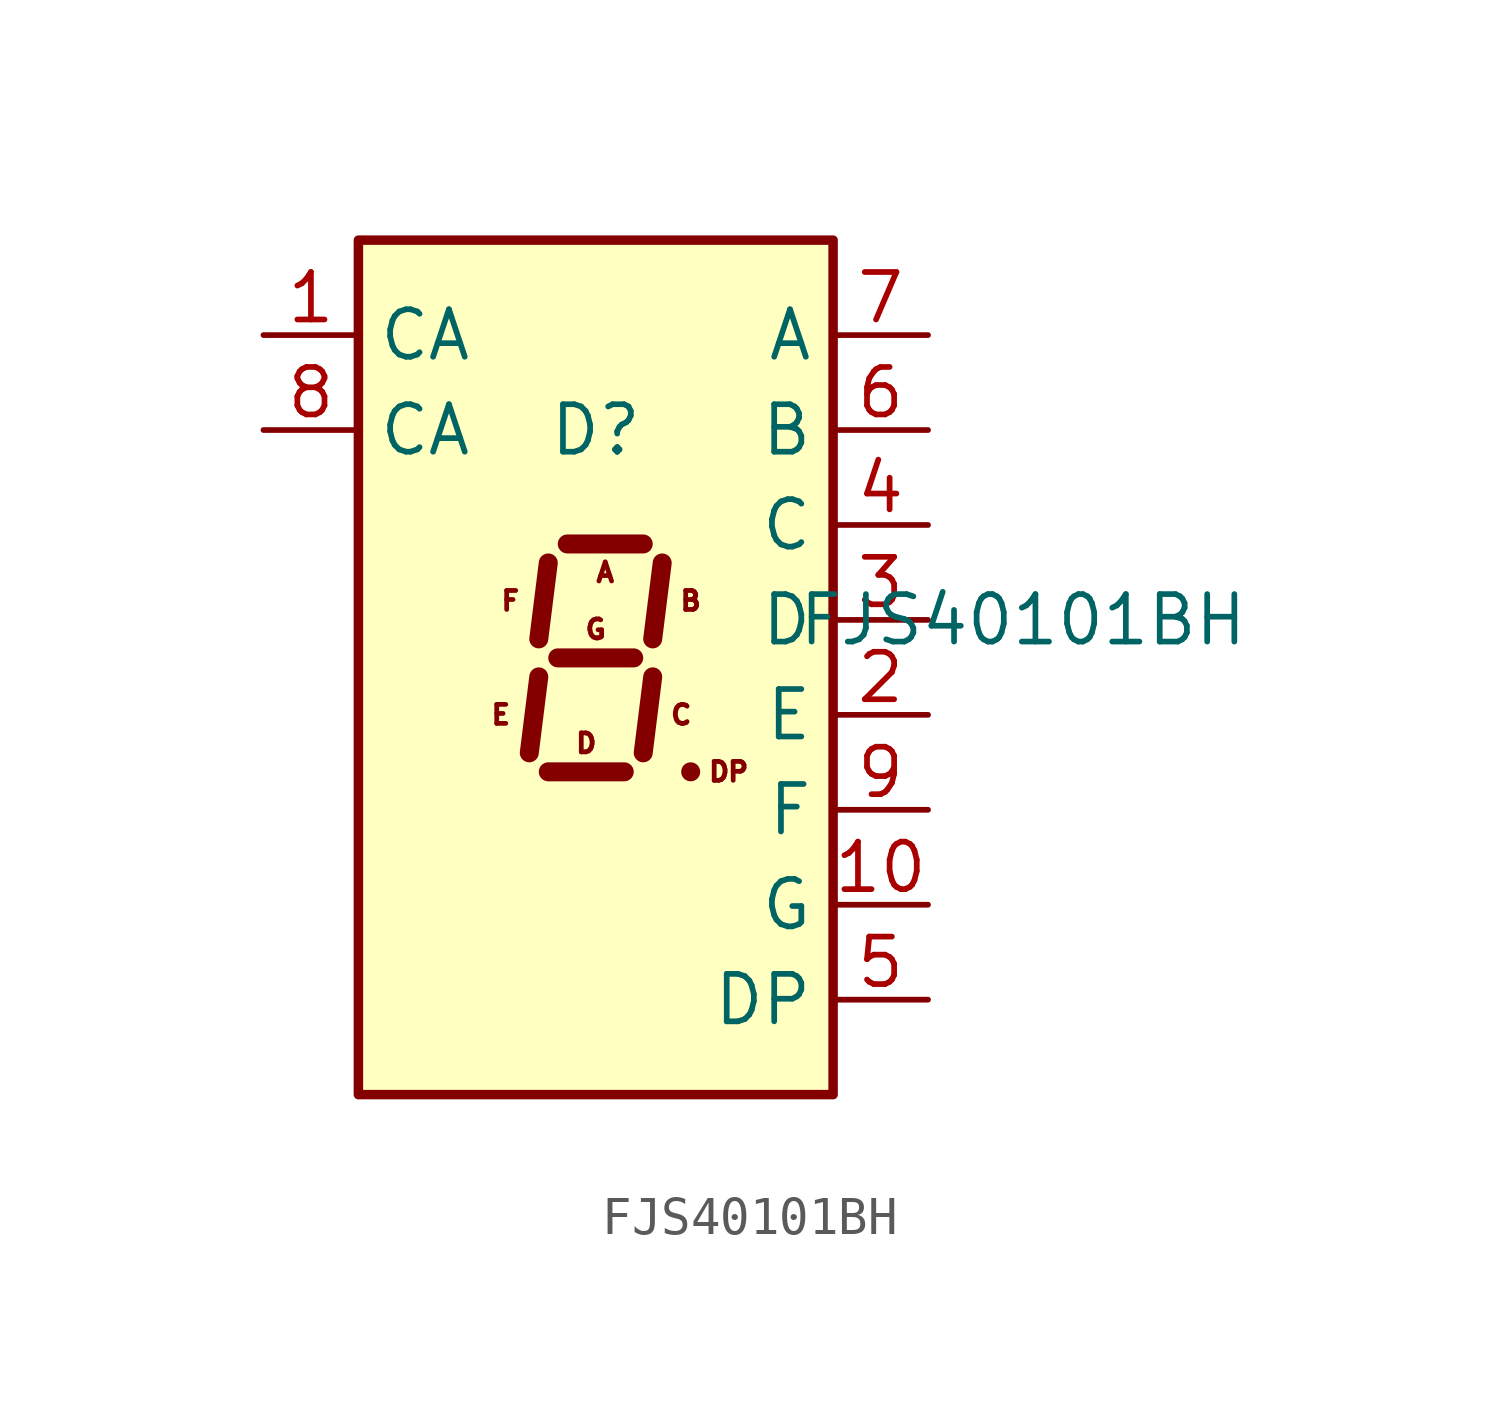
<source format=kicad_sym>
(kicad_symbol_lib
  (version 20231120)
  (generator "kicad_symbol_editor")
  (generator_version "8.0")
  (symbol "FJS40101BH"
    (property "Reference" "D"
      (at 0 7.62 0)
      (effects (font (size 1.27 1.27))))
    (property "Value" "FJS40101BH"
      (at 11.43 2.54 0)
      (effects (font (size 1.27 1.27))))
    (symbol "FJS40101BH_1_0"
      (text "A" (at 0.254 3.81 0) (effects (font (size 0.508 0.508))))
      (text "B" (at 2.54 3.048 0) (effects (font (size 0.508 0.508))))
      (text "C" (at 2.286 0 0) (effects (font (size 0.508 0.508))))
      (text "D" (at -0.254 -0.762 0) (effects (font (size 0.508 0.508))))
      (text "DP" (at 3.556 -1.524 0) (effects (font (size 0.508 0.508))))
      (text "E" (at -2.54 0 0) (effects (font (size 0.508 0.508))))
      (text "F" (at -2.286 3.048 0) (effects (font (size 0.508 0.508))))
      (text "G" (at 0 2.286 0) (effects (font (size 0.508 0.508)))))
    (symbol "FJS40101BH_1_1"
      (rectangle (start -6.35 12.7) (end 6.35 -10.16) (stroke (width 0.254) (type default)) (fill (type background)))
      (polyline (pts (xy -1.524 1.016) (xy -1.778 -1.016)) (stroke (width 0.508) (type default)) (fill (type none)))
      (polyline (pts (xy -1.27 -1.524) (xy 0.762 -1.524)) (stroke (width 0.508) (type default)) (fill (type none)))
      (polyline (pts (xy -1.27 4.064) (xy -1.524 2.032)) (stroke (width 0.508) (type default)) (fill (type none)))
      (polyline (pts (xy -1.016 1.524) (xy 1.016 1.524)) (stroke (width 0.508) (type default)) (fill (type none)))
      (polyline (pts (xy -0.762 4.572) (xy 1.27 4.572)) (stroke (width 0.508) (type default)) (fill (type none)))
      (polyline (pts (xy 1.524 1.016) (xy 1.27 -1.016)) (stroke (width 0.508) (type default)) (fill (type none)))
      (polyline (pts (xy 1.778 4.064) (xy 1.524 2.032)) (stroke (width 0.508) (type default)) (fill (type none)))
      (polyline (pts (xy 2.54 -1.524) (xy 2.54 -1.524)) (stroke (width 0.508) (type default)) (fill (type none)))
      (pin power_in line (at -8.89 10.16 0) (length 2.54) (name "CA" (effects (font (size 1.27 1.27)))) (number "1" (effects (font (size 1.27 1.27)))))
      (pin input line (at 8.89 -5.08 180) (length 2.54) (name "G" (effects (font (size 1.27 1.27)))) (number "10" (effects (font (size 1.27 1.27)))))
      (pin input line (at 8.89 0 180) (length 2.54) (name "E" (effects (font (size 1.27 1.27)))) (number "2" (effects (font (size 1.27 1.27)))))
      (pin input line (at 8.89 2.54 180) (length 2.54) (name "D" (effects (font (size 1.27 1.27)))) (number "3" (effects (font (size 1.27 1.27)))))
      (pin input line (at 8.89 5.08 180) (length 2.54) (name "C" (effects (font (size 1.27 1.27)))) (number "4" (effects (font (size 1.27 1.27)))))
      (pin input line (at 8.89 -7.62 180) (length 2.54) (name "DP" (effects (font (size 1.27 1.27)))) (number "5" (effects (font (size 1.27 1.27)))))
      (pin input line (at 8.89 7.62 180) (length 2.54) (name "B" (effects (font (size 1.27 1.27)))) (number "6" (effects (font (size 1.27 1.27)))))
      (pin input line (at 8.89 10.16 180) (length 2.54) (name "A" (effects (font (size 1.27 1.27)))) (number "7" (effects (font (size 1.27 1.27)))))
      (pin power_in line (at -8.89 7.62 0) (length 2.54) (name "CA" (effects (font (size 1.27 1.27)))) (number "8" (effects (font (size 1.27 1.27)))))
      (pin input line (at 8.89 -2.54 180) (length 2.54) (name "F" (effects (font (size 1.27 1.27)))) (number "9" (effects (font (size 1.27 1.27))))))))
</source>
